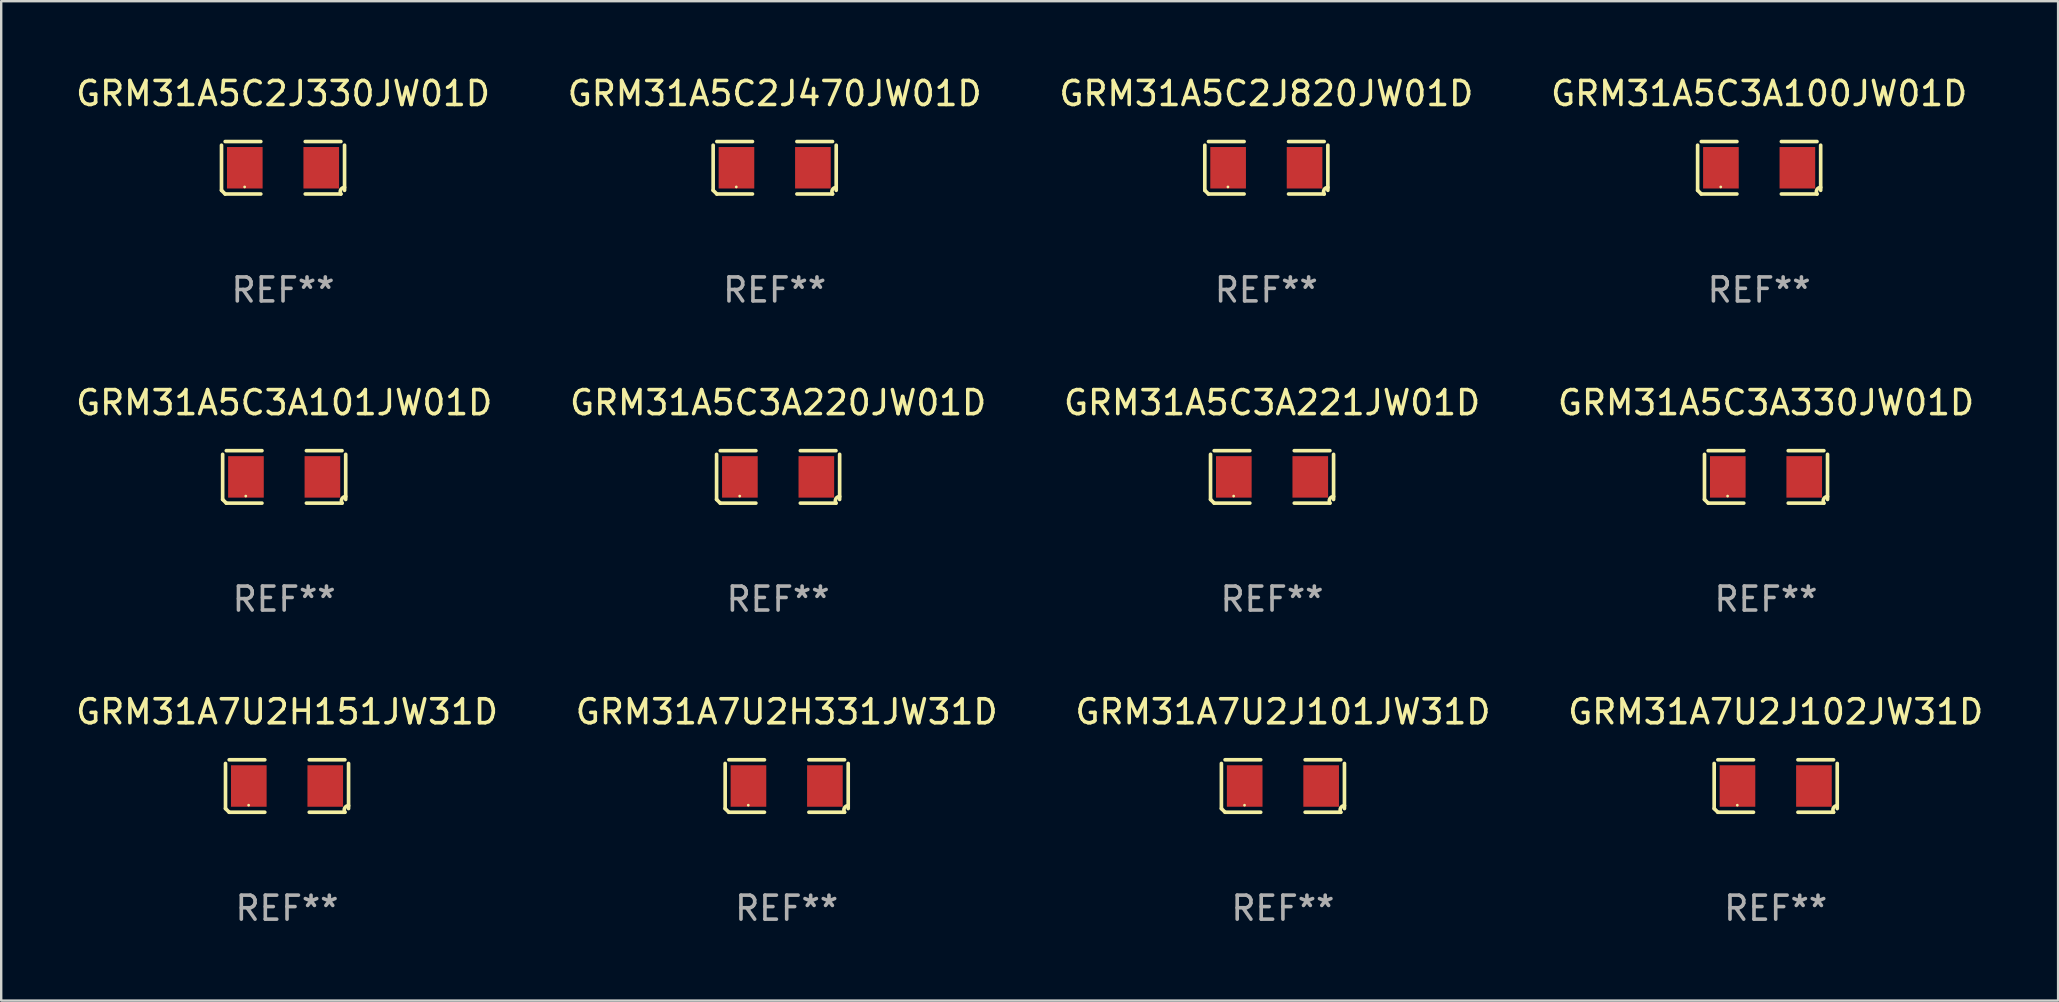
<source format=kicad_pcb>
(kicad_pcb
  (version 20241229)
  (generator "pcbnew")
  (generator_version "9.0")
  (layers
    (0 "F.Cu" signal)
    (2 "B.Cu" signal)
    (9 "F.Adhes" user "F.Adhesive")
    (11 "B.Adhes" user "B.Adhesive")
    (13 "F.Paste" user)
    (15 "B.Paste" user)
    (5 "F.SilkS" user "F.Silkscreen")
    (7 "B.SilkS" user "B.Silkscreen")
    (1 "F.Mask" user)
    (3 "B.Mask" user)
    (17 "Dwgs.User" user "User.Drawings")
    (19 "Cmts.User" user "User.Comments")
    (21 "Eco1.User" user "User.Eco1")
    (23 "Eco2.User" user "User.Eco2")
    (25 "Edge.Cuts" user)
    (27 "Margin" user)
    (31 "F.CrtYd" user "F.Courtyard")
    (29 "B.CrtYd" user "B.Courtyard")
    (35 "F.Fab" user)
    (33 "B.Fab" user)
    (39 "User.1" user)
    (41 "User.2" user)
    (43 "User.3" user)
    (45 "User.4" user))
  (footprint "GRM31A5C3A220JW01D"
    (layer "F.Cu")
    (at 29.375 16.823)
    (property "Reference" "GRM31A5C3A220JW01D" (at 0 -3.093 0) (layer "F.SilkS") (effects (font (size 1 1) (thickness 0.15))))
    (attr through_hole)
    (fp_line (start -2.564 0.94) (end -2.564 -0.94) (stroke (width 0.152) (type solid)) (layer "F.SilkS"))
    (fp_line (start -2.411 -1.093) (end -0.926 -1.093) (stroke (width 0.152) (type solid)) (layer "F.SilkS"))
    (fp_line (start -0.926 1.093) (end -2.411 1.093) (stroke (width 0.152) (type solid)) (layer "F.SilkS"))
    (fp_line (start 0.926 1.093) (end 2.411 1.093) (stroke (width 0.152) (type solid)) (layer "F.SilkS"))
    (fp_line (start 2.411 -1.093) (end 0.926 -1.093) (stroke (width 0.152) (type solid)) (layer "F.SilkS"))
    (fp_line (start 2.564 0.94) (end 2.564 -0.94) (stroke (width 0.152) (type solid)) (layer "F.SilkS"))
    (fp_arc (start -2.411201 1.092609) (mid -2.487413 1.01642) (end -2.563602 0.940208) (stroke (width 0.1524) (type solid)) (layer "F.SilkS"))
    (fp_arc (start 2.411201 1.092609) (mid 2.407159 0.911226) (end 2.563602 0.819347) (stroke (width 0.1524) (type solid)) (layer "F.SilkS"))
    (fp_circle (center -1.6 0.8) (end -1.57 0.8) (stroke (width 0.06) (type solid)) (fill no) (layer "F.SilkS"))
    (fp_text user "REF**" (at 0 5.093 0) (layer "F.Fab") (effects (font (size 1 1) (thickness 0.15))))
    (pad "1" smd rect (at -1.593 0) (size 1.485 1.728) (layers "F.Cu" "F.Mask" "F.Paste"))
    (pad "2" smd rect (at 1.593 0) (size 1.485 1.728) (layers "F.Cu" "F.Mask" "F.Paste")))
  (footprint "GRM31A5C2J470JW01D"
    (layer "F.Cu")
    (at 29.232 3.941)
    (property "Reference" "GRM31A5C2J470JW01D" (at 0 -3.093 0) (layer "F.SilkS") (effects (font (size 1 1) (thickness 0.15))))
    (attr through_hole)
    (fp_line (start -2.564 0.94) (end -2.564 -0.94) (stroke (width 0.152) (type solid)) (layer "F.SilkS"))
    (fp_line (start -2.411 -1.093) (end -0.926 -1.093) (stroke (width 0.152) (type solid)) (layer "F.SilkS"))
    (fp_line (start -0.926 1.093) (end -2.411 1.093) (stroke (width 0.152) (type solid)) (layer "F.SilkS"))
    (fp_line (start 0.926 1.093) (end 2.411 1.093) (stroke (width 0.152) (type solid)) (layer "F.SilkS"))
    (fp_line (start 2.411 -1.093) (end 0.926 -1.093) (stroke (width 0.152) (type solid)) (layer "F.SilkS"))
    (fp_line (start 2.564 0.94) (end 2.564 -0.94) (stroke (width 0.152) (type solid)) (layer "F.SilkS"))
    (fp_arc (start -2.411201 1.092609) (mid -2.487413 1.01642) (end -2.563602 0.940208) (stroke (width 0.1524) (type solid)) (layer "F.SilkS"))
    (fp_arc (start 2.411201 1.092609) (mid 2.407159 0.911226) (end 2.563602 0.819347) (stroke (width 0.1524) (type solid)) (layer "F.SilkS"))
    (fp_circle (center -1.6 0.8) (end -1.57 0.8) (stroke (width 0.06) (type solid)) (fill no) (layer "F.SilkS"))
    (fp_text user "REF**" (at 0 5.093 0) (layer "F.Fab") (effects (font (size 1 1) (thickness 0.15))))
    (pad "1" smd rect (at -1.593 0) (size 1.485 1.728) (layers "F.Cu" "F.Mask" "F.Paste"))
    (pad "2" smd rect (at 1.593 0) (size 1.485 1.728) (layers "F.Cu" "F.Mask" "F.Paste")))
  (footprint "GRM31A5C2J330JW01D"
    (layer "F.Cu")
    (at 8.744 3.941)
    (property "Reference" "GRM31A5C2J330JW01D" (at 0 -3.093 0) (layer "F.SilkS") (effects (font (size 1 1) (thickness 0.15))))
    (attr through_hole)
    (fp_line (start -2.564 0.94) (end -2.564 -0.94) (stroke (width 0.152) (type solid)) (layer "F.SilkS"))
    (fp_line (start -2.411 -1.093) (end -0.926 -1.093) (stroke (width 0.152) (type solid)) (layer "F.SilkS"))
    (fp_line (start -0.926 1.093) (end -2.411 1.093) (stroke (width 0.152) (type solid)) (layer "F.SilkS"))
    (fp_line (start 0.926 1.093) (end 2.411 1.093) (stroke (width 0.152) (type solid)) (layer "F.SilkS"))
    (fp_line (start 2.411 -1.093) (end 0.926 -1.093) (stroke (width 0.152) (type solid)) (layer "F.SilkS"))
    (fp_line (start 2.564 0.94) (end 2.564 -0.94) (stroke (width 0.152) (type solid)) (layer "F.SilkS"))
    (fp_arc (start -2.411201 1.092609) (mid -2.487413 1.01642) (end -2.563602 0.940208) (stroke (width 0.1524) (type solid)) (layer "F.SilkS"))
    (fp_arc (start 2.411201 1.092609) (mid 2.407159 0.911226) (end 2.563602 0.819347) (stroke (width 0.1524) (type solid)) (layer "F.SilkS"))
    (fp_circle (center -1.6 0.8) (end -1.57 0.8) (stroke (width 0.06) (type solid)) (fill no) (layer "F.SilkS"))
    (fp_text user "REF**" (at 0 5.093 0) (layer "F.Fab") (effects (font (size 1 1) (thickness 0.15))))
    (pad "1" smd rect (at -1.593 0) (size 1.485 1.728) (layers "F.Cu" "F.Mask" "F.Paste"))
    (pad "2" smd rect (at 1.593 0) (size 1.485 1.728) (layers "F.Cu" "F.Mask" "F.Paste")))
  (footprint "GRM31A7U2H151JW31D"
    (layer "F.Cu")
    (at 8.911 29.704)
    (property "Reference" "GRM31A7U2H151JW31D" (at 0 -3.093 0) (layer "F.SilkS") (effects (font (size 1 1) (thickness 0.15))))
    (attr through_hole)
    (fp_line (start -2.564 0.94) (end -2.564 -0.94) (stroke (width 0.152) (type solid)) (layer "F.SilkS"))
    (fp_line (start -2.411 -1.093) (end -0.926 -1.093) (stroke (width 0.152) (type solid)) (layer "F.SilkS"))
    (fp_line (start -0.926 1.093) (end -2.411 1.093) (stroke (width 0.152) (type solid)) (layer "F.SilkS"))
    (fp_line (start 0.926 1.093) (end 2.411 1.093) (stroke (width 0.152) (type solid)) (layer "F.SilkS"))
    (fp_line (start 2.411 -1.093) (end 0.926 -1.093) (stroke (width 0.152) (type solid)) (layer "F.SilkS"))
    (fp_line (start 2.564 0.94) (end 2.564 -0.94) (stroke (width 0.152) (type solid)) (layer "F.SilkS"))
    (fp_arc (start -2.411201 1.092609) (mid -2.487413 1.01642) (end -2.563602 0.940208) (stroke (width 0.1524) (type solid)) (layer "F.SilkS"))
    (fp_arc (start 2.411201 1.092609) (mid 2.407159 0.911226) (end 2.563602 0.819347) (stroke (width 0.1524) (type solid)) (layer "F.SilkS"))
    (fp_circle (center -1.6 0.8) (end -1.57 0.8) (stroke (width 0.06) (type solid)) (fill no) (layer "F.SilkS"))
    (fp_text user "REF**" (at 0 5.093 0) (layer "F.Fab") (effects (font (size 1 1) (thickness 0.15))))
    (pad "1" smd rect (at -1.593 0) (size 1.485 1.728) (layers "F.Cu" "F.Mask" "F.Paste"))
    (pad "2" smd rect (at 1.593 0) (size 1.485 1.728) (layers "F.Cu" "F.Mask" "F.Paste")))
  (footprint "GRM31A7U2H331JW31D"
    (layer "F.Cu")
    (at 29.732 29.704)
    (property "Reference" "GRM31A7U2H331JW31D" (at 0 -3.093 0) (layer "F.SilkS") (effects (font (size 1 1) (thickness 0.15))))
    (attr through_hole)
    (fp_line (start -2.564 0.94) (end -2.564 -0.94) (stroke (width 0.152) (type solid)) (layer "F.SilkS"))
    (fp_line (start -2.411 -1.093) (end -0.926 -1.093) (stroke (width 0.152) (type solid)) (layer "F.SilkS"))
    (fp_line (start -0.926 1.093) (end -2.411 1.093) (stroke (width 0.152) (type solid)) (layer "F.SilkS"))
    (fp_line (start 0.926 1.093) (end 2.411 1.093) (stroke (width 0.152) (type solid)) (layer "F.SilkS"))
    (fp_line (start 2.411 -1.093) (end 0.926 -1.093) (stroke (width 0.152) (type solid)) (layer "F.SilkS"))
    (fp_line (start 2.564 0.94) (end 2.564 -0.94) (stroke (width 0.152) (type solid)) (layer "F.SilkS"))
    (fp_arc (start -2.411201 1.092609) (mid -2.487413 1.01642) (end -2.563602 0.940208) (stroke (width 0.1524) (type solid)) (layer "F.SilkS"))
    (fp_arc (start 2.411201 1.092609) (mid 2.407159 0.911226) (end 2.563602 0.819347) (stroke (width 0.1524) (type solid)) (layer "F.SilkS"))
    (fp_circle (center -1.6 0.8) (end -1.57 0.8) (stroke (width 0.06) (type solid)) (fill no) (layer "F.SilkS"))
    (fp_text user "REF**" (at 0 5.093 0) (layer "F.Fab") (effects (font (size 1 1) (thickness 0.15))))
    (pad "1" smd rect (at -1.593 0) (size 1.485 1.728) (layers "F.Cu" "F.Mask" "F.Paste"))
    (pad "2" smd rect (at 1.593 0) (size 1.485 1.728) (layers "F.Cu" "F.Mask" "F.Paste")))
  (footprint "GRM31A5C3A221JW01D"
    (layer "F.Cu")
    (at 49.958 16.823)
    (property "Reference" "GRM31A5C3A221JW01D" (at 0 -3.093 0) (layer "F.SilkS") (effects (font (size 1 1) (thickness 0.15))))
    (attr through_hole)
    (fp_line (start -2.564 0.94) (end -2.564 -0.94) (stroke (width 0.152) (type solid)) (layer "F.SilkS"))
    (fp_line (start -2.411 -1.093) (end -0.926 -1.093) (stroke (width 0.152) (type solid)) (layer "F.SilkS"))
    (fp_line (start -0.926 1.093) (end -2.411 1.093) (stroke (width 0.152) (type solid)) (layer "F.SilkS"))
    (fp_line (start 0.926 1.093) (end 2.411 1.093) (stroke (width 0.152) (type solid)) (layer "F.SilkS"))
    (fp_line (start 2.411 -1.093) (end 0.926 -1.093) (stroke (width 0.152) (type solid)) (layer "F.SilkS"))
    (fp_line (start 2.564 0.94) (end 2.564 -0.94) (stroke (width 0.152) (type solid)) (layer "F.SilkS"))
    (fp_arc (start -2.411201 1.092609) (mid -2.487413 1.01642) (end -2.563602 0.940208) (stroke (width 0.1524) (type solid)) (layer "F.SilkS"))
    (fp_arc (start 2.411201 1.092609) (mid 2.407159 0.911226) (end 2.563602 0.819347) (stroke (width 0.1524) (type solid)) (layer "F.SilkS"))
    (fp_circle (center -1.6 0.8) (end -1.57 0.8) (stroke (width 0.06) (type solid)) (fill no) (layer "F.SilkS"))
    (fp_text user "REF**" (at 0 5.093 0) (layer "F.Fab") (effects (font (size 1 1) (thickness 0.15))))
    (pad "1" smd rect (at -1.593 0) (size 1.485 1.728) (layers "F.Cu" "F.Mask" "F.Paste"))
    (pad "2" smd rect (at 1.593 0) (size 1.485 1.728) (layers "F.Cu" "F.Mask" "F.Paste")))
  (footprint "GRM31A5C2J820JW01D"
    (layer "F.Cu")
    (at 49.72 3.941)
    (property "Reference" "GRM31A5C2J820JW01D" (at 0 -3.093 0) (layer "F.SilkS") (effects (font (size 1 1) (thickness 0.15))))
    (attr through_hole)
    (fp_line (start -2.564 0.94) (end -2.564 -0.94) (stroke (width 0.152) (type solid)) (layer "F.SilkS"))
    (fp_line (start -2.411 -1.093) (end -0.926 -1.093) (stroke (width 0.152) (type solid)) (layer "F.SilkS"))
    (fp_line (start -0.926 1.093) (end -2.411 1.093) (stroke (width 0.152) (type solid)) (layer "F.SilkS"))
    (fp_line (start 0.926 1.093) (end 2.411 1.093) (stroke (width 0.152) (type solid)) (layer "F.SilkS"))
    (fp_line (start 2.411 -1.093) (end 0.926 -1.093) (stroke (width 0.152) (type solid)) (layer "F.SilkS"))
    (fp_line (start 2.564 0.94) (end 2.564 -0.94) (stroke (width 0.152) (type solid)) (layer "F.SilkS"))
    (fp_arc (start -2.411201 1.092609) (mid -2.487413 1.01642) (end -2.563602 0.940208) (stroke (width 0.1524) (type solid)) (layer "F.SilkS"))
    (fp_arc (start 2.411201 1.092609) (mid 2.407159 0.911226) (end 2.563602 0.819347) (stroke (width 0.1524) (type solid)) (layer "F.SilkS"))
    (fp_circle (center -1.6 0.8) (end -1.57 0.8) (stroke (width 0.06) (type solid)) (fill no) (layer "F.SilkS"))
    (fp_text user "REF**" (at 0 5.093 0) (layer "F.Fab") (effects (font (size 1 1) (thickness 0.15))))
    (pad "1" smd rect (at -1.593 0) (size 1.485 1.728) (layers "F.Cu" "F.Mask" "F.Paste"))
    (pad "2" smd rect (at 1.593 0) (size 1.485 1.728) (layers "F.Cu" "F.Mask" "F.Paste")))
  (footprint "GRM31A5C3A330JW01D"
    (layer "F.Cu")
    (at 70.542 16.823)
    (property "Reference" "GRM31A5C3A330JW01D" (at 0 -3.093 0) (layer "F.SilkS") (effects (font (size 1 1) (thickness 0.15))))
    (attr through_hole)
    (fp_line (start -2.564 0.94) (end -2.564 -0.94) (stroke (width 0.152) (type solid)) (layer "F.SilkS"))
    (fp_line (start -2.411 -1.093) (end -0.926 -1.093) (stroke (width 0.152) (type solid)) (layer "F.SilkS"))
    (fp_line (start -0.926 1.093) (end -2.411 1.093) (stroke (width 0.152) (type solid)) (layer "F.SilkS"))
    (fp_line (start 0.926 1.093) (end 2.411 1.093) (stroke (width 0.152) (type solid)) (layer "F.SilkS"))
    (fp_line (start 2.411 -1.093) (end 0.926 -1.093) (stroke (width 0.152) (type solid)) (layer "F.SilkS"))
    (fp_line (start 2.564 0.94) (end 2.564 -0.94) (stroke (width 0.152) (type solid)) (layer "F.SilkS"))
    (fp_arc (start -2.411201 1.092609) (mid -2.487413 1.01642) (end -2.563602 0.940208) (stroke (width 0.1524) (type solid)) (layer "F.SilkS"))
    (fp_arc (start 2.411201 1.092609) (mid 2.407159 0.911226) (end 2.563602 0.819347) (stroke (width 0.1524) (type solid)) (layer "F.SilkS"))
    (fp_circle (center -1.6 0.8) (end -1.57 0.8) (stroke (width 0.06) (type solid)) (fill no) (layer "F.SilkS"))
    (fp_text user "REF**" (at 0 5.093 0) (layer "F.Fab") (effects (font (size 1 1) (thickness 0.15))))
    (pad "1" smd rect (at -1.593 0) (size 1.485 1.728) (layers "F.Cu" "F.Mask" "F.Paste"))
    (pad "2" smd rect (at 1.593 0) (size 1.485 1.728) (layers "F.Cu" "F.Mask" "F.Paste")))
  (footprint "GRM31A7U2J102JW31D"
    (layer "F.Cu")
    (at 70.946 29.704)
    (property "Reference" "GRM31A7U2J102JW31D" (at 0 -3.093 0) (layer "F.SilkS") (effects (font (size 1 1) (thickness 0.15))))
    (attr through_hole)
    (fp_line (start -2.564 0.94) (end -2.564 -0.94) (stroke (width 0.152) (type solid)) (layer "F.SilkS"))
    (fp_line (start -2.411 -1.093) (end -0.926 -1.093) (stroke (width 0.152) (type solid)) (layer "F.SilkS"))
    (fp_line (start -0.926 1.093) (end -2.411 1.093) (stroke (width 0.152) (type solid)) (layer "F.SilkS"))
    (fp_line (start 0.926 1.093) (end 2.411 1.093) (stroke (width 0.152) (type solid)) (layer "F.SilkS"))
    (fp_line (start 2.411 -1.093) (end 0.926 -1.093) (stroke (width 0.152) (type solid)) (layer "F.SilkS"))
    (fp_line (start 2.564 0.94) (end 2.564 -0.94) (stroke (width 0.152) (type solid)) (layer "F.SilkS"))
    (fp_arc (start -2.411201 1.092609) (mid -2.487413 1.01642) (end -2.563602 0.940208) (stroke (width 0.1524) (type solid)) (layer "F.SilkS"))
    (fp_arc (start 2.411201 1.092609) (mid 2.407159 0.911226) (end 2.563602 0.819347) (stroke (width 0.1524) (type solid)) (layer "F.SilkS"))
    (fp_circle (center -1.6 0.8) (end -1.57 0.8) (stroke (width 0.06) (type solid)) (fill no) (layer "F.SilkS"))
    (fp_text user "REF**" (at 0 5.093 0) (layer "F.Fab") (effects (font (size 1 1) (thickness 0.15))))
    (pad "1" smd rect (at -1.593 0) (size 1.485 1.728) (layers "F.Cu" "F.Mask" "F.Paste"))
    (pad "2" smd rect (at 1.593 0) (size 1.485 1.728) (layers "F.Cu" "F.Mask" "F.Paste")))
  (footprint "GRM31A5C3A100JW01D"
    (layer "F.Cu")
    (at 70.256 3.941)
    (property "Reference" "GRM31A5C3A100JW01D" (at 0 -3.093 0) (layer "F.SilkS") (effects (font (size 1 1) (thickness 0.15))))
    (attr through_hole)
    (fp_line (start -2.564 0.94) (end -2.564 -0.94) (stroke (width 0.152) (type solid)) (layer "F.SilkS"))
    (fp_line (start -2.411 -1.093) (end -0.926 -1.093) (stroke (width 0.152) (type solid)) (layer "F.SilkS"))
    (fp_line (start -0.926 1.093) (end -2.411 1.093) (stroke (width 0.152) (type solid)) (layer "F.SilkS"))
    (fp_line (start 0.926 1.093) (end 2.411 1.093) (stroke (width 0.152) (type solid)) (layer "F.SilkS"))
    (fp_line (start 2.411 -1.093) (end 0.926 -1.093) (stroke (width 0.152) (type solid)) (layer "F.SilkS"))
    (fp_line (start 2.564 0.94) (end 2.564 -0.94) (stroke (width 0.152) (type solid)) (layer "F.SilkS"))
    (fp_arc (start -2.411201 1.092609) (mid -2.487413 1.01642) (end -2.563602 0.940208) (stroke (width 0.1524) (type solid)) (layer "F.SilkS"))
    (fp_arc (start 2.411201 1.092609) (mid 2.407159 0.911226) (end 2.563602 0.819347) (stroke (width 0.1524) (type solid)) (layer "F.SilkS"))
    (fp_circle (center -1.6 0.8) (end -1.57 0.8) (stroke (width 0.06) (type solid)) (fill no) (layer "F.SilkS"))
    (fp_text user "REF**" (at 0 5.093 0) (layer "F.Fab") (effects (font (size 1 1) (thickness 0.15))))
    (pad "1" smd rect (at -1.593 0) (size 1.485 1.728) (layers "F.Cu" "F.Mask" "F.Paste"))
    (pad "2" smd rect (at 1.593 0) (size 1.485 1.728) (layers "F.Cu" "F.Mask" "F.Paste")))
  (footprint "GRM31A5C3A101JW01D"
    (layer "F.Cu")
    (at 8.792 16.823)
    (property "Reference" "GRM31A5C3A101JW01D" (at 0 -3.093 0) (layer "F.SilkS") (effects (font (size 1 1) (thickness 0.15))))
    (attr through_hole)
    (fp_line (start -2.564 0.94) (end -2.564 -0.94) (stroke (width 0.152) (type solid)) (layer "F.SilkS"))
    (fp_line (start -2.411 -1.093) (end -0.926 -1.093) (stroke (width 0.152) (type solid)) (layer "F.SilkS"))
    (fp_line (start -0.926 1.093) (end -2.411 1.093) (stroke (width 0.152) (type solid)) (layer "F.SilkS"))
    (fp_line (start 0.926 1.093) (end 2.411 1.093) (stroke (width 0.152) (type solid)) (layer "F.SilkS"))
    (fp_line (start 2.411 -1.093) (end 0.926 -1.093) (stroke (width 0.152) (type solid)) (layer "F.SilkS"))
    (fp_line (start 2.564 0.94) (end 2.564 -0.94) (stroke (width 0.152) (type solid)) (layer "F.SilkS"))
    (fp_arc (start -2.411201 1.092609) (mid -2.487413 1.01642) (end -2.563602 0.940208) (stroke (width 0.1524) (type solid)) (layer "F.SilkS"))
    (fp_arc (start 2.411201 1.092609) (mid 2.407159 0.911226) (end 2.563602 0.819347) (stroke (width 0.1524) (type solid)) (layer "F.SilkS"))
    (fp_circle (center -1.6 0.8) (end -1.57 0.8) (stroke (width 0.06) (type solid)) (fill no) (layer "F.SilkS"))
    (fp_text user "REF**" (at 0 5.093 0) (layer "F.Fab") (effects (font (size 1 1) (thickness 0.15))))
    (pad "1" smd rect (at -1.593 0) (size 1.485 1.728) (layers "F.Cu" "F.Mask" "F.Paste"))
    (pad "2" smd rect (at 1.593 0) (size 1.485 1.728) (layers "F.Cu" "F.Mask" "F.Paste")))
  (footprint "GRM31A7U2J101JW31D"
    (layer "F.Cu")
    (at 50.411 29.704)
    (property "Reference" "GRM31A7U2J101JW31D" (at 0 -3.093 0) (layer "F.SilkS") (effects (font (size 1 1) (thickness 0.15))))
    (attr through_hole)
    (fp_line (start -2.564 0.94) (end -2.564 -0.94) (stroke (width 0.152) (type solid)) (layer "F.SilkS"))
    (fp_line (start -2.411 -1.093) (end -0.926 -1.093) (stroke (width 0.152) (type solid)) (layer "F.SilkS"))
    (fp_line (start -0.926 1.093) (end -2.411 1.093) (stroke (width 0.152) (type solid)) (layer "F.SilkS"))
    (fp_line (start 0.926 1.093) (end 2.411 1.093) (stroke (width 0.152) (type solid)) (layer "F.SilkS"))
    (fp_line (start 2.411 -1.093) (end 0.926 -1.093) (stroke (width 0.152) (type solid)) (layer "F.SilkS"))
    (fp_line (start 2.564 0.94) (end 2.564 -0.94) (stroke (width 0.152) (type solid)) (layer "F.SilkS"))
    (fp_arc (start -2.411201 1.092609) (mid -2.487413 1.01642) (end -2.563602 0.940208) (stroke (width 0.1524) (type solid)) (layer "F.SilkS"))
    (fp_arc (start 2.411201 1.092609) (mid 2.407159 0.911226) (end 2.563602 0.819347) (stroke (width 0.1524) (type solid)) (layer "F.SilkS"))
    (fp_circle (center -1.6 0.8) (end -1.57 0.8) (stroke (width 0.06) (type solid)) (fill no) (layer "F.SilkS"))
    (fp_text user "REF**" (at 0 5.093 0) (layer "F.Fab") (effects (font (size 1 1) (thickness 0.15))))
    (pad "1" smd rect (at -1.593 0) (size 1.485 1.728) (layers "F.Cu" "F.Mask" "F.Paste"))
    (pad "2" smd rect (at 1.593 0) (size 1.485 1.728) (layers "F.Cu" "F.Mask" "F.Paste")))
  (gr_rect
    (start -3 -3)
    (end 82.714 38.645)
    (stroke (width 0.1) (type default))
    (fill no)
    (layer "Edge.Cuts")))
</source>
